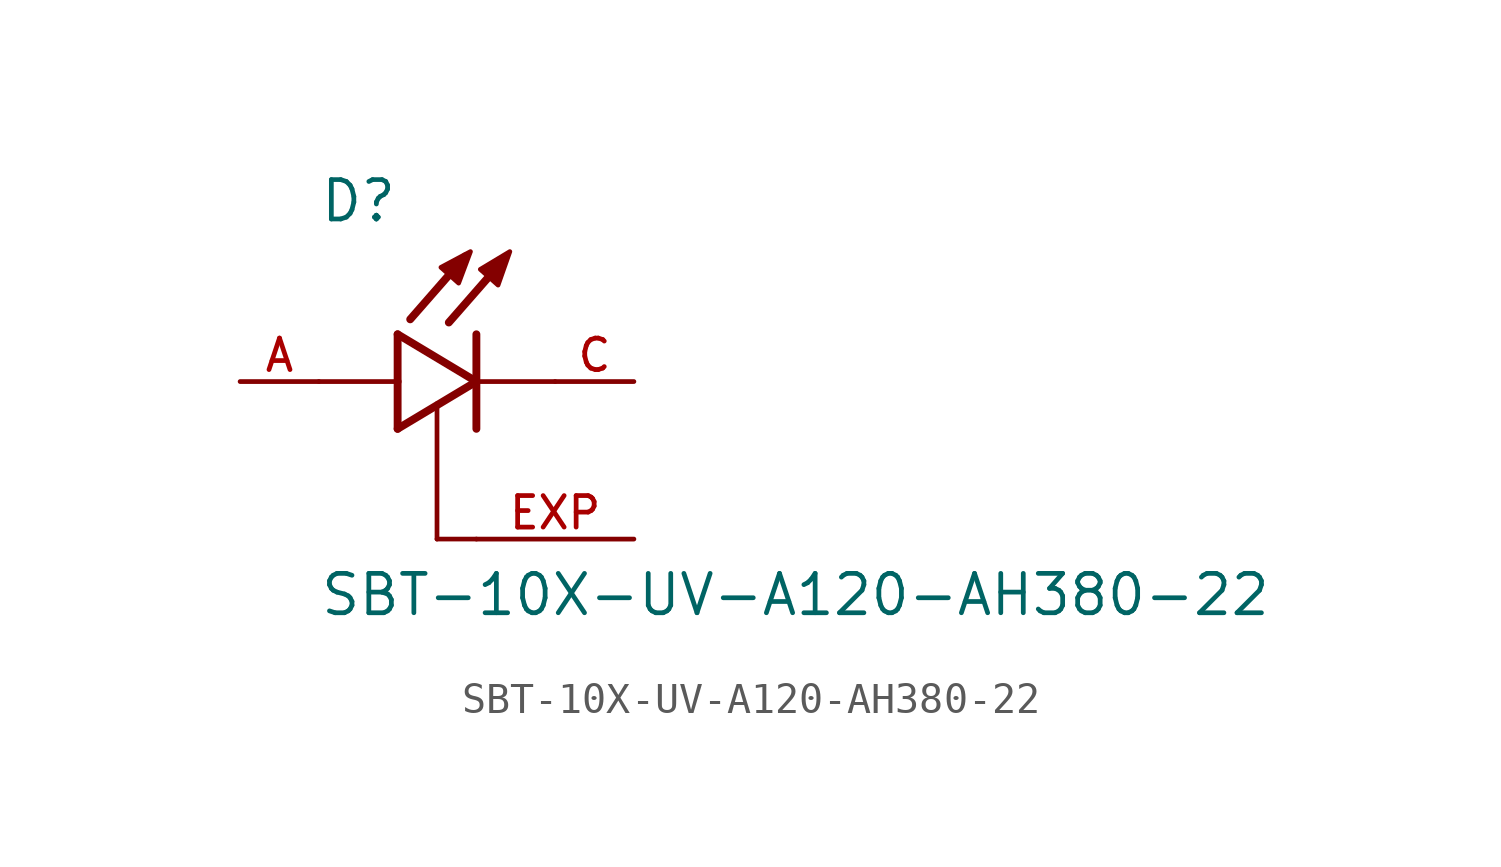
<source format=kicad_sym>
(kicad_symbol_lib
  (version 20211014)
  (generator kicad_symbol_editor)
  (symbol "SBT-10X-UV-A120-AH380-22"
    (pin_names
      (offset 1.016))
    (property "Reference" "D"
      (at -5.08 5.08 0)
      (effects (font (size 1.27 1.27)) (justify bottom left)))
    (property "Value" "SBT-10X-UV-A120-AH380-22"
      (at -5.08 -7.62 0)
      (effects (font (size 1.27 1.27)) (justify bottom left)))
    (symbol "SBT-10X-UV-A120-AH380-22_0_0"
      (polyline (pts (xy -2.54 1.524) (xy -2.54 0.0)) (stroke (width 0.254)))
      (polyline (pts (xy -2.54 0.0) (xy -2.54 -1.524)) (stroke (width 0.254)))
      (polyline (pts (xy -2.54 -1.524) (xy 0.0 0.0)) (stroke (width 0.254)))
      (polyline (pts (xy 0.0 0.0) (xy -2.54 1.524)) (stroke (width 0.254)))
      (polyline (pts (xy 0.0 1.524) (xy 0.0 0.0)) (stroke (width 0.254)))
      (polyline (pts (xy 0.0 0.0) (xy 0.0 -1.524)) (stroke (width 0.254)))
      (polyline (pts (xy -2.54 0.0) (xy -5.08 0.0)) (stroke (width 0.152)))
      (polyline (pts (xy 0.889 3.937) (xy -0.889 1.905)) (stroke (width 0.254)))
      (polyline (pts (xy -0.356 4.039) (xy -2.134 2.007)) (stroke (width 0.254)))
      (polyline (pts (xy 2.54 0.0) (xy 0.0 0.0)) (stroke (width 0.152)))
      (polyline (pts (xy -1.143 3.683) (xy -0.572 3.175) (xy -0.191 4.191) (xy -1.143 3.683)) (stroke (width 0.152)) (fill (type outline)))
      (polyline (pts (xy 0.127 3.619) (xy 0.699 3.111) (xy 1.079 4.191) (xy 0.127 3.619)) (stroke (width 0.152)) (fill (type outline)))
      (polyline (pts (xy 0.0 -5.08) (xy -1.27 -5.08)) (stroke (width 0.152)))
      (polyline (pts (xy -1.27 -5.08) (xy -1.27 -0.711)) (stroke (width 0.152)))
      (pin passive line (at 5.08 0.0 180.0) (length 2.54) (name "~" (effects (font (size 1.016 1.016)))) (number "C" (effects (font (size 1.016 1.016)))))
      (pin passive line (at -7.62 0.0 0) (length 2.54) (name "~" (effects (font (size 1.016 1.016)))) (number "A" (effects (font (size 1.016 1.016)))))
      (pin passive line (at 5.08 -5.08 180.0) (length 5.08) (name "~" (effects (font (size 1.016 1.016)))) (number "EXP" (effects (font (size 1.016 1.016))))))))
</source>
